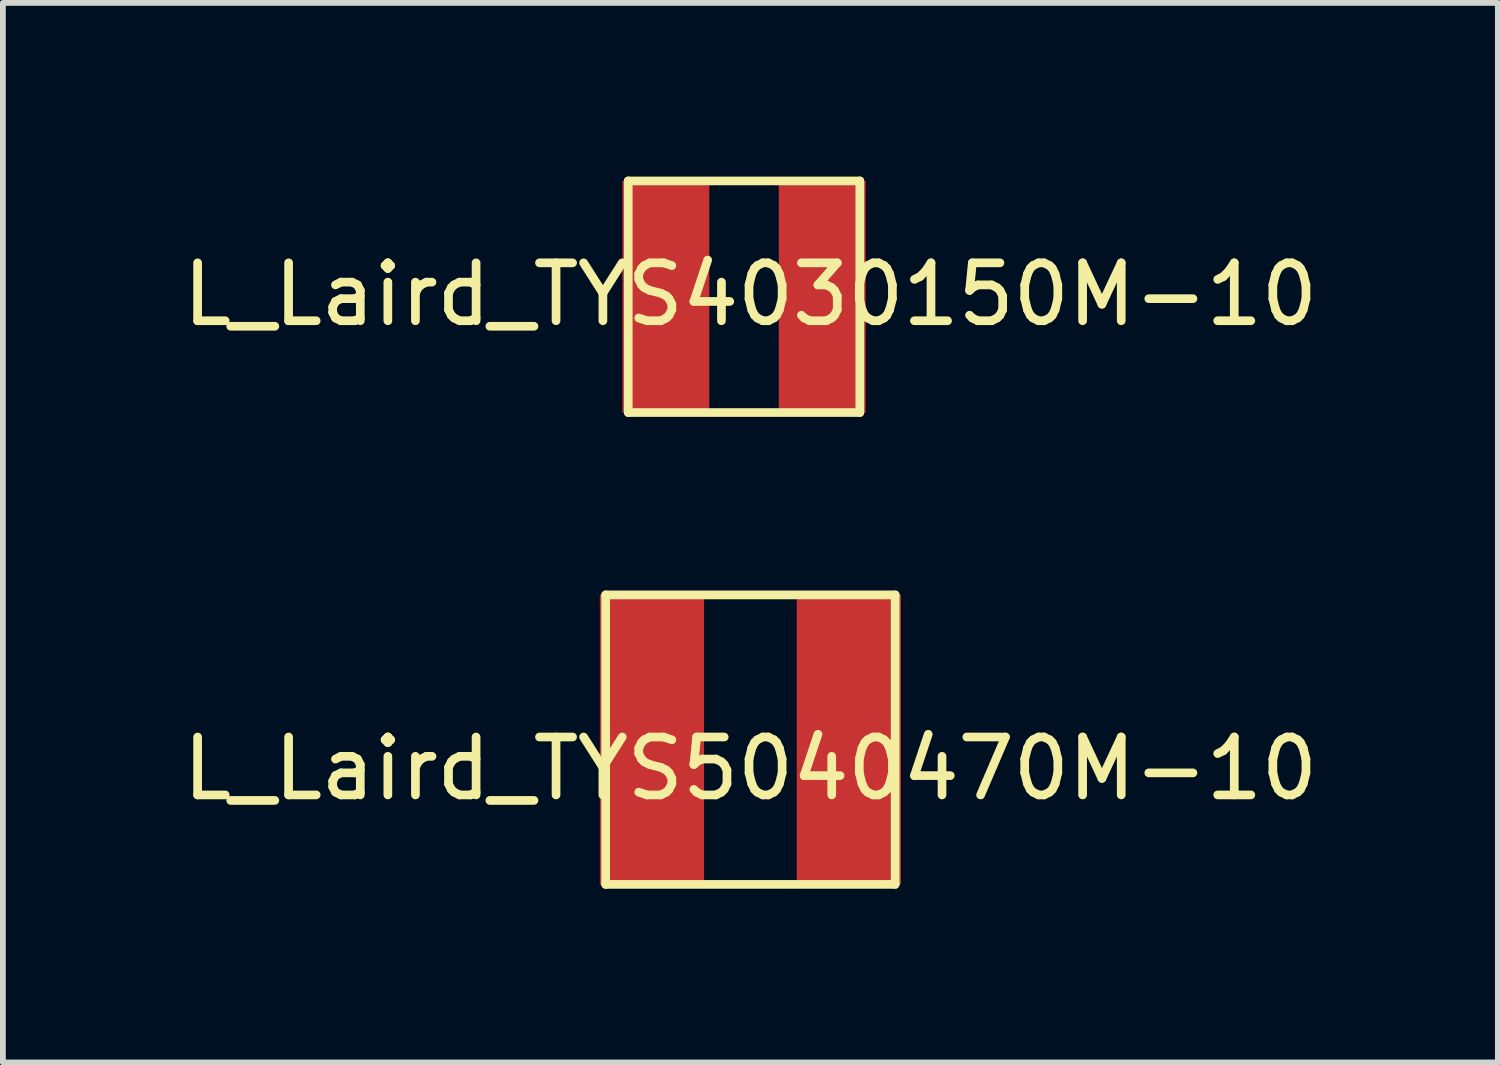
<source format=kicad_pcb>
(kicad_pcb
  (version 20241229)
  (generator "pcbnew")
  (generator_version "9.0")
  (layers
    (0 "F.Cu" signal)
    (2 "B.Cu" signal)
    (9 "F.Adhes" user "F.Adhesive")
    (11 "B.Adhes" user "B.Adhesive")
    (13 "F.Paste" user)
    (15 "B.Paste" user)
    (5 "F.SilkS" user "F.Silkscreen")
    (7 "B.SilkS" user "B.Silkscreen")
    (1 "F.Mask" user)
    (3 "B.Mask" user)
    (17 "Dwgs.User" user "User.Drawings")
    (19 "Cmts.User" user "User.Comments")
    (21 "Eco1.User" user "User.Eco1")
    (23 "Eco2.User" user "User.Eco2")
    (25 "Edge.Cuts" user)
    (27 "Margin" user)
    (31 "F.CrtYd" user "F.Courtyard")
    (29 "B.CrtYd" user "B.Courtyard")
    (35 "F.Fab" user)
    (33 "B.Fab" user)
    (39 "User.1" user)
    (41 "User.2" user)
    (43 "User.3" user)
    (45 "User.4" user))
  (footprint "L_Laird_TYS5040470M-10"
    (layer "F.Cu")
    (at 9.911 9.725)
    (property "Reference" "L_Laird_TYS5040470M-10" (at 0 0.5 0) (layer "F.SilkS") (effects (font (size 1 1) (thickness 0.15))))
    (attr through_hole)
    (fp_line (start -2.5 -2.5) (end 2.5 -2.5) (stroke (width 0.15) (type solid)) (layer "F.SilkS"))
    (fp_line (start -2.5 2.5) (end -2.5 -2.5) (stroke (width 0.15) (type solid)) (layer "F.SilkS"))
    (fp_line (start 2.5 -2.5) (end 2.5 2.5) (stroke (width 0.15) (type solid)) (layer "F.SilkS"))
    (fp_line (start 2.5 2.5) (end -2.5 2.5) (stroke (width 0.15) (type solid)) (layer "F.SilkS"))
    (pad "1" smd rect (at -1.7 0) (size 1.8 5) (layers "F.Cu" "F.Mask" "F.Paste"))
    (pad "2" smd rect (at 1.7 0) (size 1.8 5) (layers "F.Cu" "F.Mask" "F.Paste")))
  (footprint "L_Laird_TYS4030150M-10"
    (layer "F.Cu")
    (at 9.801 2.075)
    (property "Reference" "L_Laird_TYS4030150M-10" (at 0.11 -0.04 0) (layer "F.SilkS") (effects (font (size 1 1) (thickness 0.15))))
    (attr through_hole)
    (fp_line (start -2 -2) (end 2 -2) (stroke (width 0.15) (type solid)) (layer "F.SilkS"))
    (fp_line (start -2 2) (end -2 -2) (stroke (width 0.15) (type solid)) (layer "F.SilkS"))
    (fp_line (start 2 -2) (end 2 2) (stroke (width 0.15) (type solid)) (layer "F.SilkS"))
    (fp_line (start 2 2) (end -2 2) (stroke (width 0.15) (type solid)) (layer "F.SilkS"))
    (pad "1" smd rect (at -1.35 0) (size 1.5 4) (layers "F.Cu" "F.Mask" "F.Paste"))
    (pad "2" smd rect (at 1.35 0) (size 1.5 4) (layers "F.Cu" "F.Mask" "F.Paste")))
  (gr_rect
    (start -3 -3)
    (end 22.821 15.3)
    (stroke (width 0.1) (type default))
    (fill no)
    (layer "Edge.Cuts")))
</source>
